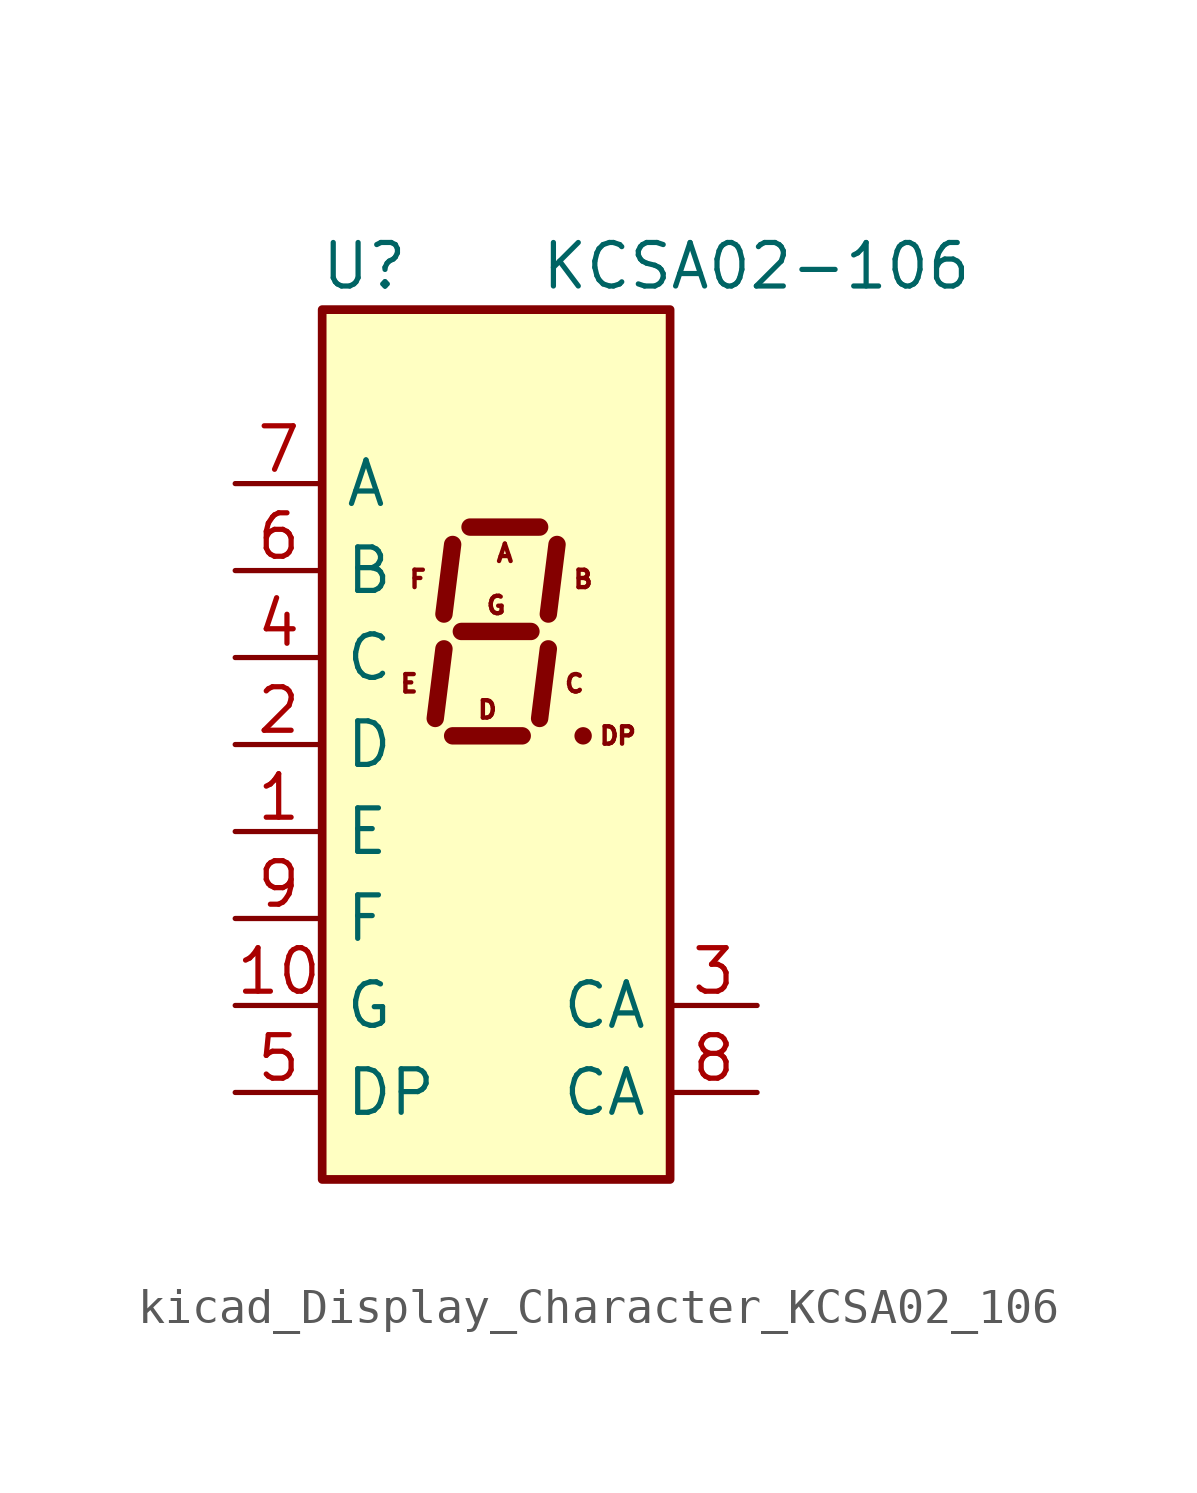
<source format=kicad_sym>
(kicad_symbol_lib
  (version 20220914)
  (generator kicad_symbol_editor)
  (symbol "kicad_Display_Character_KCSA02_106"
    (pin_names
      (offset 0.635))
    (property "Reference" "U"
      (at -2.54 13.97 0)
      (effects (font (size 1.27 1.27)) (justify right)))
    (property "Value" "KCSA02-106"
      (at 1.27 13.97 0)
      (effects (font (size 1.27 1.27)) (justify left)))
    (symbol "kicad_Display_Character_KCSA02_106_0_0"
      (text "A" (at 0.254 5.588 0) (effects (font (size 0.508 0.508))))
      (text "B" (at 2.54 4.826 0) (effects (font (size 0.508 0.508))))
      (text "C" (at 2.286 1.778 0) (effects (font (size 0.508 0.508))))
      (text "D" (at -0.254 1.016 0) (effects (font (size 0.508 0.508))))
      (text "DP" (at 3.556 0.254 0) (effects (font (size 0.508 0.508))))
      (text "E" (at -2.54 1.778 0) (effects (font (size 0.508 0.508))))
      (text "F" (at -2.286 4.826 0) (effects (font (size 0.508 0.508))))
      (text "G" (at 0 4.064 0) (effects (font (size 0.508 0.508)))))
    (symbol "kicad_Display_Character_KCSA02_106_0_1"
      (rectangle (start -5.08 12.7) (end 5.08 -12.7) (stroke (width 0.254) (type default)) (fill (type background)))
      (polyline (pts (xy -1.524 2.794) (xy -1.778 0.762)) (stroke (width 0.508) (type default)) (fill (type none)))
      (polyline (pts (xy -1.27 0.254) (xy 0.762 0.254)) (stroke (width 0.508) (type default)) (fill (type none)))
      (polyline (pts (xy -1.27 5.842) (xy -1.524 3.81)) (stroke (width 0.508) (type default)) (fill (type none)))
      (polyline (pts (xy -1.016 3.302) (xy 1.016 3.302)) (stroke (width 0.508) (type default)) (fill (type none)))
      (polyline (pts (xy -0.762 6.35) (xy 1.27 6.35)) (stroke (width 0.508) (type default)) (fill (type none)))
      (polyline (pts (xy 1.524 2.794) (xy 1.27 0.762)) (stroke (width 0.508) (type default)) (fill (type none)))
      (polyline (pts (xy 1.778 5.842) (xy 1.524 3.81)) (stroke (width 0.508) (type default)) (fill (type none)))
      (polyline (pts (xy 2.54 0.254) (xy 2.54 0.254)) (stroke (width 0.508) (type default)) (fill (type none))))
    (symbol "kicad_Display_Character_KCSA02_106_1_1"
      (pin input line (at -7.62 -2.54 0) (length 2.54) (name "E" (effects (font (size 1.27 1.27)))) (number "1" (effects (font (size 1.27 1.27)))))
      (pin input line (at -7.62 -7.62 0) (length 2.54) (name "G" (effects (font (size 1.27 1.27)))) (number "10" (effects (font (size 1.27 1.27)))))
      (pin input line (at -7.62 0 0) (length 2.54) (name "D" (effects (font (size 1.27 1.27)))) (number "2" (effects (font (size 1.27 1.27)))))
      (pin input line (at 7.62 -7.62 180) (length 2.54) (name "CA" (effects (font (size 1.27 1.27)))) (number "3" (effects (font (size 1.27 1.27)))))
      (pin input line (at -7.62 2.54 0) (length 2.54) (name "C" (effects (font (size 1.27 1.27)))) (number "4" (effects (font (size 1.27 1.27)))))
      (pin input line (at -7.62 -10.16 0) (length 2.54) (name "DP" (effects (font (size 1.27 1.27)))) (number "5" (effects (font (size 1.27 1.27)))))
      (pin input line (at -7.62 5.08 0) (length 2.54) (name "B" (effects (font (size 1.27 1.27)))) (number "6" (effects (font (size 1.27 1.27)))))
      (pin input line (at -7.62 7.62 0) (length 2.54) (name "A" (effects (font (size 1.27 1.27)))) (number "7" (effects (font (size 1.27 1.27)))))
      (pin input line (at 7.62 -10.16 180) (length 2.54) (name "CA" (effects (font (size 1.27 1.27)))) (number "8" (effects (font (size 1.27 1.27)))))
      (pin input line (at -7.62 -5.08 0) (length 2.54) (name "F" (effects (font (size 1.27 1.27)))) (number "9" (effects (font (size 1.27 1.27))))))))
</source>
